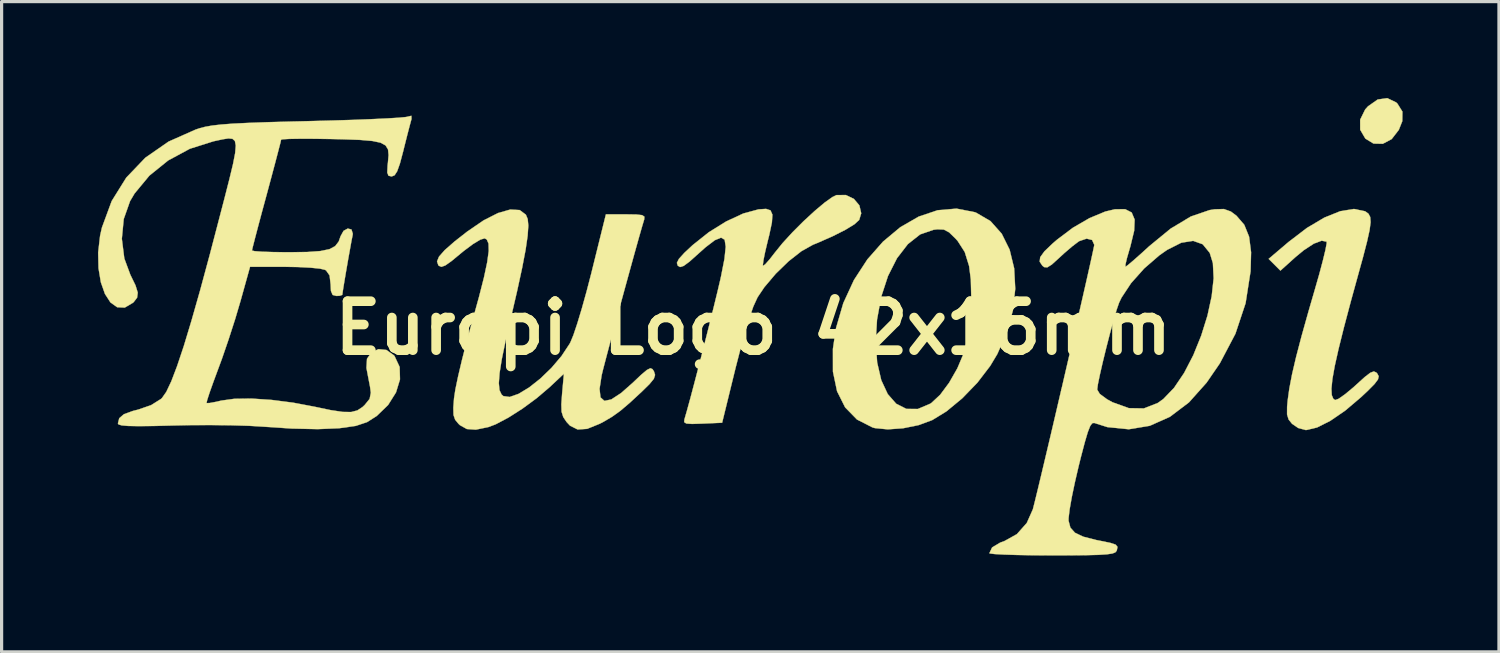
<source format=kicad_pcb>
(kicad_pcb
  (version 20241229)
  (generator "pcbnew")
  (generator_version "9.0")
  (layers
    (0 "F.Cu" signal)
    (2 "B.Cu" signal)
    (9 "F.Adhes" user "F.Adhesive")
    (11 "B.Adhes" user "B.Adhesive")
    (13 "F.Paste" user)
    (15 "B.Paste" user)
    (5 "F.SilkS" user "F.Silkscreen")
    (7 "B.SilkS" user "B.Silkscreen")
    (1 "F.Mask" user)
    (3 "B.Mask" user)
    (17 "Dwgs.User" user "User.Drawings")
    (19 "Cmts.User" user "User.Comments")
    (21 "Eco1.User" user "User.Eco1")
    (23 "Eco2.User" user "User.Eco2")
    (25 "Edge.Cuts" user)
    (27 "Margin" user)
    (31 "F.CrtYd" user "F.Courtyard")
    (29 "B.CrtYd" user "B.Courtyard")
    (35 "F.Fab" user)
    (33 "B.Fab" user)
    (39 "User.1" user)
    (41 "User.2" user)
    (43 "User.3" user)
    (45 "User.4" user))
  (footprint "Europi Logo 42x16mm"
    (layer "F.Cu")
    (at 20.394 7.159)
    (property "Reference" "Europi Logo 42x16mm" (at 0 0 0) (layer "F.SilkS") (effects (font (size 1.524 1.524) (thickness 0.3))))
    (attr through_hole)
    (fp_poly (pts (xy 20.007 -7.023) (xy 20.048 -6.985) (xy 20.204 -6.735) (xy 20.2 -6.438) (xy 20.092 -6.167) (xy 19.87 -5.88) (xy 19.594 -5.734) (xy 19.305 -5.74) (xy 19.05 -5.896) (xy 18.89 -6.171) (xy 18.889 -6.485) (xy 19.044 -6.8) (xy 19.134 -6.901) (xy 19.435 -7.112) (xy 19.733 -7.154) (xy 20.007 -7.023)) (stroke (width 0.01) (type solid)) (fill yes) (layer "F.SilkS"))
    (fp_poly (pts (xy 19.036 -3.635) (xy 19.056 -3.625) (xy 19.148 -3.557) (xy 19.202 -3.454) (xy 19.214 -3.293) (xy 19.182 -3.047) (xy 19.104 -2.694) (xy 18.978 -2.207) (xy 18.867 -1.806) (xy 18.599 -0.832) (xy 18.383 -0.018) (xy 18.217 0.649) (xy 18.098 1.18) (xy 18.025 1.588) (xy 17.995 1.887) (xy 18.005 2.088) (xy 18.054 2.204) (xy 18.11 2.242) (xy 18.221 2.201) (xy 18.422 2.059) (xy 18.678 1.846) (xy 18.757 1.774) (xy 19.029 1.528) (xy 19.204 1.393) (xy 19.314 1.351) (xy 19.392 1.385) (xy 19.423 1.419) (xy 19.466 1.502) (xy 19.443 1.601) (xy 19.334 1.745) (xy 19.119 1.962) (xy 18.916 2.152) (xy 18.425 2.569) (xy 17.96 2.888) (xy 17.546 3.096) (xy 17.211 3.175) (xy 17.193 3.175) (xy 16.961 3.112) (xy 16.77 2.982) (xy 16.662 2.848) (xy 16.614 2.69) (xy 16.615 2.449) (xy 16.633 2.253) (xy 16.685 1.88) (xy 16.77 1.437) (xy 16.895 0.902) (xy 17.065 0.253) (xy 17.285 -0.531) (xy 17.48 -1.202) (xy 17.618 -1.683) (xy 17.729 -2.102) (xy 17.808 -2.429) (xy 17.846 -2.633) (xy 17.845 -2.687) (xy 17.692 -2.718) (xy 17.446 -2.626) (xy 17.133 -2.421) (xy 16.878 -2.21) (xy 16.407 -1.786) (xy 16.041 -2.152) (xy 16.66 -2.678) (xy 17.232 -3.115) (xy 17.775 -3.437) (xy 18.27 -3.636) (xy 18.696 -3.705) (xy 19.036 -3.635)) (stroke (width 0.01) (type solid)) (fill yes) (layer "F.SilkS"))
    (fp_poly (pts (xy 6.894 -3.605) (xy 6.935 -3.59) (xy 7.384 -3.327) (xy 7.733 -2.935) (xy 7.979 -2.438) (xy 8.12 -1.858) (xy 8.154 -1.22) (xy 8.08 -0.546) (xy 7.893 0.14) (xy 7.594 0.814) (xy 7.375 1.179) (xy 6.977 1.699) (xy 6.505 2.187) (xy 6.01 2.596) (xy 5.569 2.866) (xy 5.146 3.022) (xy 4.663 3.12) (xy 4.187 3.154) (xy 3.788 3.115) (xy 3.711 3.094) (xy 3.228 2.848) (xy 2.859 2.469) (xy 2.608 1.968) (xy 2.48 1.358) (xy 2.479 0.65) (xy 2.514 0.414) (xy 3.812 0.414) (xy 3.856 1.073) (xy 3.984 1.624) (xy 4.186 2.057) (xy 4.45 2.358) (xy 4.766 2.517) (xy 5.122 2.52) (xy 5.507 2.356) (xy 5.543 2.333) (xy 5.815 2.08) (xy 6.096 1.703) (xy 6.353 1.253) (xy 6.552 0.782) (xy 6.585 0.68) (xy 6.688 0.215) (xy 6.756 -0.352) (xy 6.785 -0.95) (xy 6.771 -1.509) (xy 6.718 -1.928) (xy 6.582 -2.366) (xy 6.362 -2.709) (xy 6.299 -2.779) (xy 6.096 -2.977) (xy 5.931 -3.064) (xy 5.731 -3.072) (xy 5.613 -3.058) (xy 5.195 -2.914) (xy 4.812 -2.612) (xy 4.474 -2.173) (xy 4.194 -1.62) (xy 3.983 -0.975) (xy 3.852 -0.26) (xy 3.812 0.414) (xy 2.514 0.414) (xy 2.576 0) (xy 2.803 -0.777) (xy 3.134 -1.494) (xy 3.552 -2.136) (xy 4.039 -2.689) (xy 4.577 -3.138) (xy 5.15 -3.468) (xy 5.739 -3.666) (xy 6.326 -3.716) (xy 6.894 -3.605)) (stroke (width 0.01) (type solid)) (fill yes) (layer "F.SilkS"))
    (fp_poly (pts (xy 3.132 -4.019) (xy 3.303 -3.816) (xy 3.36 -3.57) (xy 3.297 -3.365) (xy 3.152 -3.231) (xy 2.866 -3.056) (xy 2.47 -2.856) (xy 1.995 -2.647) (xy 1.86 -2.593) (xy 1.502 -2.393) (xy 1.101 -2.079) (xy 0.7 -1.69) (xy 0.346 -1.272) (xy 0.134 -0.957) (xy 0.001 -0.667) (xy -0.156 -0.209) (xy -0.335 0.406) (xy -0.531 1.166) (xy -0.542 1.207) (xy -0.969 2.948) (xy -1.581 2.975) (xy -1.904 2.985) (xy -2.082 2.973) (xy -2.15 2.929) (xy -2.143 2.847) (xy -2.141 2.839) (xy -2.068 2.586) (xy -1.96 2.193) (xy -1.828 1.694) (xy -1.68 1.127) (xy -1.526 0.526) (xy -1.375 -0.073) (xy -1.235 -0.634) (xy -1.116 -1.121) (xy -1.027 -1.5) (xy -1.002 -1.613) (xy -0.896 -2.154) (xy -0.857 -2.53) (xy -0.89 -2.748) (xy -1.001 -2.813) (xy -1.197 -2.733) (xy -1.485 -2.513) (xy -1.708 -2.314) (xy -1.985 -2.066) (xy -2.166 -1.933) (xy -2.279 -1.898) (xy -2.35 -1.941) (xy -2.377 -2.028) (xy -2.314 -2.152) (xy -2.145 -2.339) (xy -1.888 -2.579) (xy -1.382 -2.982) (xy -0.841 -3.318) (xy -0.311 -3.564) (xy 0.158 -3.691) (xy 0.169 -3.693) (xy 0.398 -3.708) (xy 0.537 -3.662) (xy 0.596 -3.529) (xy 0.58 -3.284) (xy 0.499 -2.901) (xy 0.454 -2.723) (xy 0.372 -2.38) (xy 0.317 -2.109) (xy 0.298 -1.955) (xy 0.302 -1.936) (xy 0.371 -1.981) (xy 0.512 -2.14) (xy 0.667 -2.34) (xy 0.912 -2.643) (xy 1.221 -2.98) (xy 1.563 -3.322) (xy 1.906 -3.638) (xy 2.218 -3.901) (xy 2.466 -4.078) (xy 2.59 -4.137) (xy 2.882 -4.139) (xy 3.132 -4.019)) (stroke (width 0.01) (type solid)) (fill yes) (layer "F.SilkS"))
    (fp_poly (pts (xy -7.269 -3.671) (xy -7.077 -3.527) (xy -7.02 -3.392) (xy -7.001 -3.188) (xy -7.022 -2.875) (xy -7.085 -2.439) (xy -7.194 -1.869) (xy -7.35 -1.15) (xy -7.543 -0.32) (xy -7.709 0.403) (xy -7.827 0.971) (xy -7.896 1.402) (xy -7.919 1.717) (xy -7.899 1.932) (xy -7.835 2.068) (xy -7.778 2.119) (xy -7.581 2.146) (xy -7.304 2.049) (xy -6.977 1.851) (xy -6.626 1.574) (xy -6.281 1.241) (xy -5.969 0.874) (xy -5.719 0.497) (xy -5.689 0.441) (xy -5.598 0.221) (xy -5.477 -0.14) (xy -5.336 -0.606) (xy -5.186 -1.144) (xy -5.037 -1.717) (xy -5.027 -1.759) (xy -4.586 -3.538) (xy -3.965 -3.538) (xy -3.639 -3.533) (xy -3.458 -3.513) (xy -3.388 -3.465) (xy -3.394 -3.381) (xy -3.397 -3.371) (xy -3.461 -3.157) (xy -3.562 -2.803) (xy -3.692 -2.339) (xy -3.841 -1.799) (xy -4.002 -1.213) (xy -4.166 -0.614) (xy -4.324 -0.032) (xy -4.467 0.499) (xy -4.586 0.949) (xy -4.674 1.286) (xy -4.719 1.471) (xy -4.784 1.892) (xy -4.755 2.158) (xy -4.632 2.268) (xy -4.418 2.223) (xy -4.111 2.022) (xy -3.764 1.716) (xy -3.488 1.455) (xy -3.311 1.306) (xy -3.203 1.252) (xy -3.137 1.278) (xy -3.091 1.348) (xy -3.056 1.46) (xy -3.094 1.58) (xy -3.228 1.744) (xy -3.47 1.982) (xy -3.844 2.328) (xy -4.137 2.577) (xy -4.395 2.762) (xy -4.662 2.919) (xy -4.782 2.981) (xy -5.169 3.138) (xy -5.466 3.158) (xy -5.703 3.039) (xy -5.809 2.926) (xy -5.914 2.77) (xy -5.966 2.605) (xy -5.973 2.373) (xy -5.95 2.05) (xy -5.893 1.423) (xy -6.342 1.844) (xy -6.739 2.182) (xy -7.182 2.508) (xy -7.623 2.789) (xy -8.017 2.997) (xy -8.245 3.083) (xy -8.634 3.163) (xy -8.914 3.144) (xy -9.131 3.022) (xy -9.174 2.981) (xy -9.278 2.855) (xy -9.329 2.707) (xy -9.335 2.482) (xy -9.313 2.188) (xy -9.271 1.911) (xy -9.185 1.499) (xy -9.065 0.991) (xy -8.921 0.426) (xy -8.761 -0.157) (xy -8.754 -0.18) (xy -8.539 -0.956) (xy -8.381 -1.575) (xy -8.28 -2.051) (xy -8.233 -2.397) (xy -8.239 -2.627) (xy -8.294 -2.755) (xy -8.361 -2.791) (xy -8.497 -2.75) (xy -8.726 -2.611) (xy -9.008 -2.4) (xy -9.102 -2.323) (xy -9.395 -2.081) (xy -9.586 -1.947) (xy -9.706 -1.904) (xy -9.785 -1.937) (xy -9.803 -1.957) (xy -9.842 -2.073) (xy -9.78 -2.223) (xy -9.603 -2.424) (xy -9.298 -2.692) (xy -8.905 -3) (xy -8.395 -3.349) (xy -7.942 -3.579) (xy -7.562 -3.687) (xy -7.269 -3.671)) (stroke (width 0.01) (type solid)) (fill yes) (layer "F.SilkS"))
    (fp_poly (pts (xy 14.865 -3.625) (xy 15.038 -3.496) (xy 15.282 -3.213) (xy 15.432 -2.842) (xy 15.494 -2.356) (xy 15.478 -1.766) (xy 15.323 -0.772) (xy 15.007 0.177) (xy 14.521 1.101) (xy 14.108 1.702) (xy 13.56 2.315) (xy 12.968 2.763) (xy 12.34 3.043) (xy 11.688 3.151) (xy 11.022 3.084) (xy 10.611 2.954) (xy 10.55 2.963) (xy 10.486 3.051) (xy 10.411 3.242) (xy 10.318 3.557) (xy 10.197 4.018) (xy 10.128 4.295) (xy 10.011 4.798) (xy 9.914 5.261) (xy 9.846 5.647) (xy 9.814 5.916) (xy 9.813 5.997) (xy 9.87 6.213) (xy 10.014 6.373) (xy 10.272 6.495) (xy 10.675 6.598) (xy 10.802 6.623) (xy 11.113 6.687) (xy 11.279 6.742) (xy 11.336 6.811) (xy 11.317 6.913) (xy 11.308 6.936) (xy 11.268 6.983) (xy 11.176 7.018) (xy 11.008 7.043) (xy 10.742 7.06) (xy 10.357 7.07) (xy 9.83 7.075) (xy 9.301 7.076) (xy 8.728 7.073) (xy 8.221 7.064) (xy 7.808 7.051) (xy 7.513 7.035) (xy 7.363 7.016) (xy 7.349 7.008) (xy 7.434 6.829) (xy 7.685 6.679) (xy 7.821 6.629) (xy 8.205 6.415) (xy 8.513 6.068) (xy 8.702 5.643) (xy 8.763 5.403) (xy 8.855 5.026) (xy 8.973 4.533) (xy 9.112 3.947) (xy 9.268 3.288) (xy 9.434 2.578) (xy 9.588 1.917) (xy 10.704 1.917) (xy 10.786 2.052) (xy 11.01 2.217) (xy 11.181 2.311) (xy 11.689 2.494) (xy 12.156 2.502) (xy 12.588 2.334) (xy 12.762 2.21) (xy 13.095 1.864) (xy 13.41 1.398) (xy 13.696 0.845) (xy 13.941 0.239) (xy 14.136 -0.384) (xy 14.268 -0.991) (xy 14.329 -1.548) (xy 14.305 -2.021) (xy 14.207 -2.339) (xy 13.987 -2.608) (xy 13.691 -2.713) (xy 13.322 -2.655) (xy 12.882 -2.433) (xy 12.642 -2.265) (xy 12.168 -1.855) (xy 11.76 -1.398) (xy 11.461 -0.945) (xy 11.385 -0.786) (xy 11.311 -0.573) (xy 11.213 -0.24) (xy 11.101 0.171) (xy 10.986 0.618) (xy 10.878 1.059) (xy 10.788 1.451) (xy 10.726 1.752) (xy 10.704 1.917) (xy 9.588 1.917) (xy 9.607 1.839) (xy 9.78 1.092) (xy 9.95 0.359) (xy 10.111 -0.339) (xy 10.258 -0.98) (xy 10.386 -1.543) (xy 10.49 -2.007) (xy 10.565 -2.349) (xy 10.607 -2.548) (xy 10.614 -2.589) (xy 10.546 -2.74) (xy 10.375 -2.782) (xy 10.149 -2.706) (xy 10.119 -2.687) (xy 9.929 -2.543) (xy 9.678 -2.328) (xy 9.513 -2.176) (xy 9.29 -1.974) (xy 9.15 -1.887) (xy 9.053 -1.896) (xy 8.997 -1.941) (xy 8.914 -2.066) (xy 8.931 -2.205) (xy 9.06 -2.384) (xy 9.318 -2.631) (xy 9.451 -2.746) (xy 9.947 -3.12) (xy 10.466 -3.421) (xy 10.957 -3.625) (xy 11.258 -3.696) (xy 11.576 -3.698) (xy 11.778 -3.595) (xy 11.87 -3.376) (xy 11.855 -3.028) (xy 11.737 -2.541) (xy 11.712 -2.457) (xy 11.63 -2.174) (xy 11.584 -1.975) (xy 11.584 -1.905) (xy 11.665 -1.963) (xy 11.848 -2.118) (xy 12.105 -2.346) (xy 12.321 -2.544) (xy 12.991 -3.094) (xy 13.618 -3.47) (xy 14.201 -3.67) (xy 14.361 -3.695) (xy 14.648 -3.703) (xy 14.865 -3.625)) (stroke (width 0.01) (type solid)) (fill yes) (layer "F.SilkS"))
    (fp_poly (pts (xy -10.637 -6.505) (xy -10.645 -6.477) (xy -10.689 -6.314) (xy -10.764 -6.026) (xy -10.855 -5.665) (xy -10.893 -5.511) (xy -10.997 -5.119) (xy -11.083 -4.877) (xy -11.164 -4.753) (xy -11.254 -4.717) (xy -11.255 -4.717) (xy -11.353 -4.74) (xy -11.391 -4.838) (xy -11.381 -5.056) (xy -11.37 -5.151) (xy -11.35 -5.383) (xy -11.367 -5.557) (xy -11.443 -5.682) (xy -11.599 -5.768) (xy -11.858 -5.822) (xy -12.242 -5.855) (xy -12.772 -5.874) (xy -13.167 -5.883) (xy -13.671 -5.89) (xy -14.105 -5.891) (xy -14.439 -5.886) (xy -14.644 -5.874) (xy -14.696 -5.861) (xy -14.718 -5.761) (xy -14.782 -5.514) (xy -14.878 -5.147) (xy -15 -4.69) (xy -15.14 -4.169) (xy -15.149 -4.136) (xy -15.291 -3.613) (xy -15.414 -3.151) (xy -15.512 -2.778) (xy -15.577 -2.523) (xy -15.603 -2.413) (xy -15.603 -2.412) (xy -15.518 -2.392) (xy -15.285 -2.375) (xy -14.939 -2.364) (xy -14.514 -2.359) (xy -14.444 -2.359) (xy -13.882 -2.366) (xy -13.475 -2.395) (xy -13.193 -2.453) (xy -13.012 -2.549) (xy -12.902 -2.692) (xy -12.845 -2.855) (xy -12.752 -3.024) (xy -12.62 -3.096) (xy -12.505 -3.066) (xy -12.463 -2.932) (xy -12.471 -2.88) (xy -12.503 -2.723) (xy -12.552 -2.45) (xy -12.613 -2.111) (xy -12.675 -1.752) (xy -12.731 -1.421) (xy -12.772 -1.167) (xy -12.79 -1.037) (xy -12.791 -1.031) (xy -12.867 -1.004) (xy -12.972 -0.998) (xy -13.091 -1.029) (xy -13.144 -1.153) (xy -13.154 -1.358) (xy -13.186 -1.636) (xy -13.294 -1.79) (xy -13.329 -1.811) (xy -13.486 -1.848) (xy -13.781 -1.878) (xy -14.171 -1.898) (xy -14.583 -1.905) (xy -15.662 -1.905) (xy -15.959 -0.839) (xy -16.124 -0.282) (xy -16.327 0.348) (xy -16.536 0.956) (xy -16.651 1.267) (xy -16.799 1.667) (xy -16.918 2.001) (xy -16.994 2.235) (xy -17.016 2.336) (xy -17.016 2.337) (xy -16.918 2.334) (xy -16.704 2.294) (xy -16.557 2.259) (xy -16.15 2.203) (xy -15.613 2.196) (xy -14.989 2.238) (xy -14.319 2.324) (xy -13.657 2.449) (xy -13.149 2.556) (xy -12.78 2.611) (xy -12.516 2.615) (xy -12.322 2.565) (xy -12.163 2.46) (xy -12.095 2.397) (xy -11.94 2.206) (xy -11.902 2.014) (xy -11.927 1.83) (xy -11.985 1.528) (xy -12.037 1.254) (xy -12.039 1.244) (xy -12.022 0.958) (xy -11.882 0.756) (xy -11.665 0.658) (xy -11.417 0.683) (xy -11.183 0.851) (xy -11.164 0.874) (xy -11.006 1.212) (xy -10.995 1.599) (xy -11.119 2.004) (xy -11.364 2.394) (xy -11.717 2.736) (xy -12.02 2.929) (xy -12.371 3.046) (xy -12.887 3.119) (xy -13.556 3.147) (xy -14.367 3.129) (xy -15.24 3.071) (xy -15.684 3.044) (xy -16.254 3.027) (xy -16.897 3.02) (xy -17.556 3.023) (xy -18.029 3.033) (xy -18.66 3.049) (xy -19.13 3.054) (xy -19.456 3.048) (xy -19.659 3.03) (xy -19.757 2.999) (xy -19.774 2.97) (xy -19.732 2.806) (xy -19.587 2.683) (xy -19.308 2.581) (xy -19.142 2.539) (xy -18.74 2.4) (xy -18.434 2.208) (xy -18.402 2.178) (xy -18.269 1.989) (xy -18.113 1.66) (xy -17.932 1.185) (xy -17.723 0.56) (xy -17.486 -0.223) (xy -17.217 -1.167) (xy -16.916 -2.28) (xy -16.658 -3.266) (xy -16.458 -4.033) (xy -16.303 -4.64) (xy -16.191 -5.106) (xy -16.125 -5.446) (xy -16.106 -5.679) (xy -16.133 -5.821) (xy -16.209 -5.889) (xy -16.335 -5.901) (xy -16.511 -5.874) (xy -16.738 -5.825) (xy -16.805 -5.81) (xy -17.534 -5.58) (xy -18.209 -5.216) (xy -18.795 -4.743) (xy -19.255 -4.188) (xy -19.397 -3.948) (xy -19.593 -3.393) (xy -19.652 -2.778) (xy -19.575 -2.164) (xy -19.388 -1.659) (xy -19.226 -1.326) (xy -19.157 -1.102) (xy -19.177 -0.945) (xy -19.281 -0.809) (xy -19.307 -0.785) (xy -19.561 -0.636) (xy -19.797 -0.647) (xy -20.006 -0.796) (xy -20.178 -1.062) (xy -20.305 -1.424) (xy -20.378 -1.861) (xy -20.389 -2.35) (xy -20.329 -2.872) (xy -20.272 -3.126) (xy -19.967 -3.953) (xy -19.514 -4.68) (xy -18.921 -5.3) (xy -18.198 -5.802) (xy -17.355 -6.176) (xy -17.236 -6.216) (xy -17.061 -6.262) (xy -16.843 -6.301) (xy -16.562 -6.333) (xy -16.196 -6.361) (xy -15.725 -6.384) (xy -15.127 -6.406) (xy -14.382 -6.426) (xy -13.834 -6.439) (xy -13.119 -6.458) (xy -12.458 -6.478) (xy -11.873 -6.501) (xy -11.388 -6.524) (xy -11.026 -6.546) (xy -10.809 -6.567) (xy -10.762 -6.577) (xy -10.64 -6.605) (xy -10.637 -6.505)) (stroke (width 0.01) (type solid)) (fill yes) (layer "F.SilkS")))
  (gr_rect
    (start -3 -3)
    (end 43.603 17.239)
    (stroke (width 0.1) (type default))
    (fill no)
    (layer "Edge.Cuts")))
</source>
